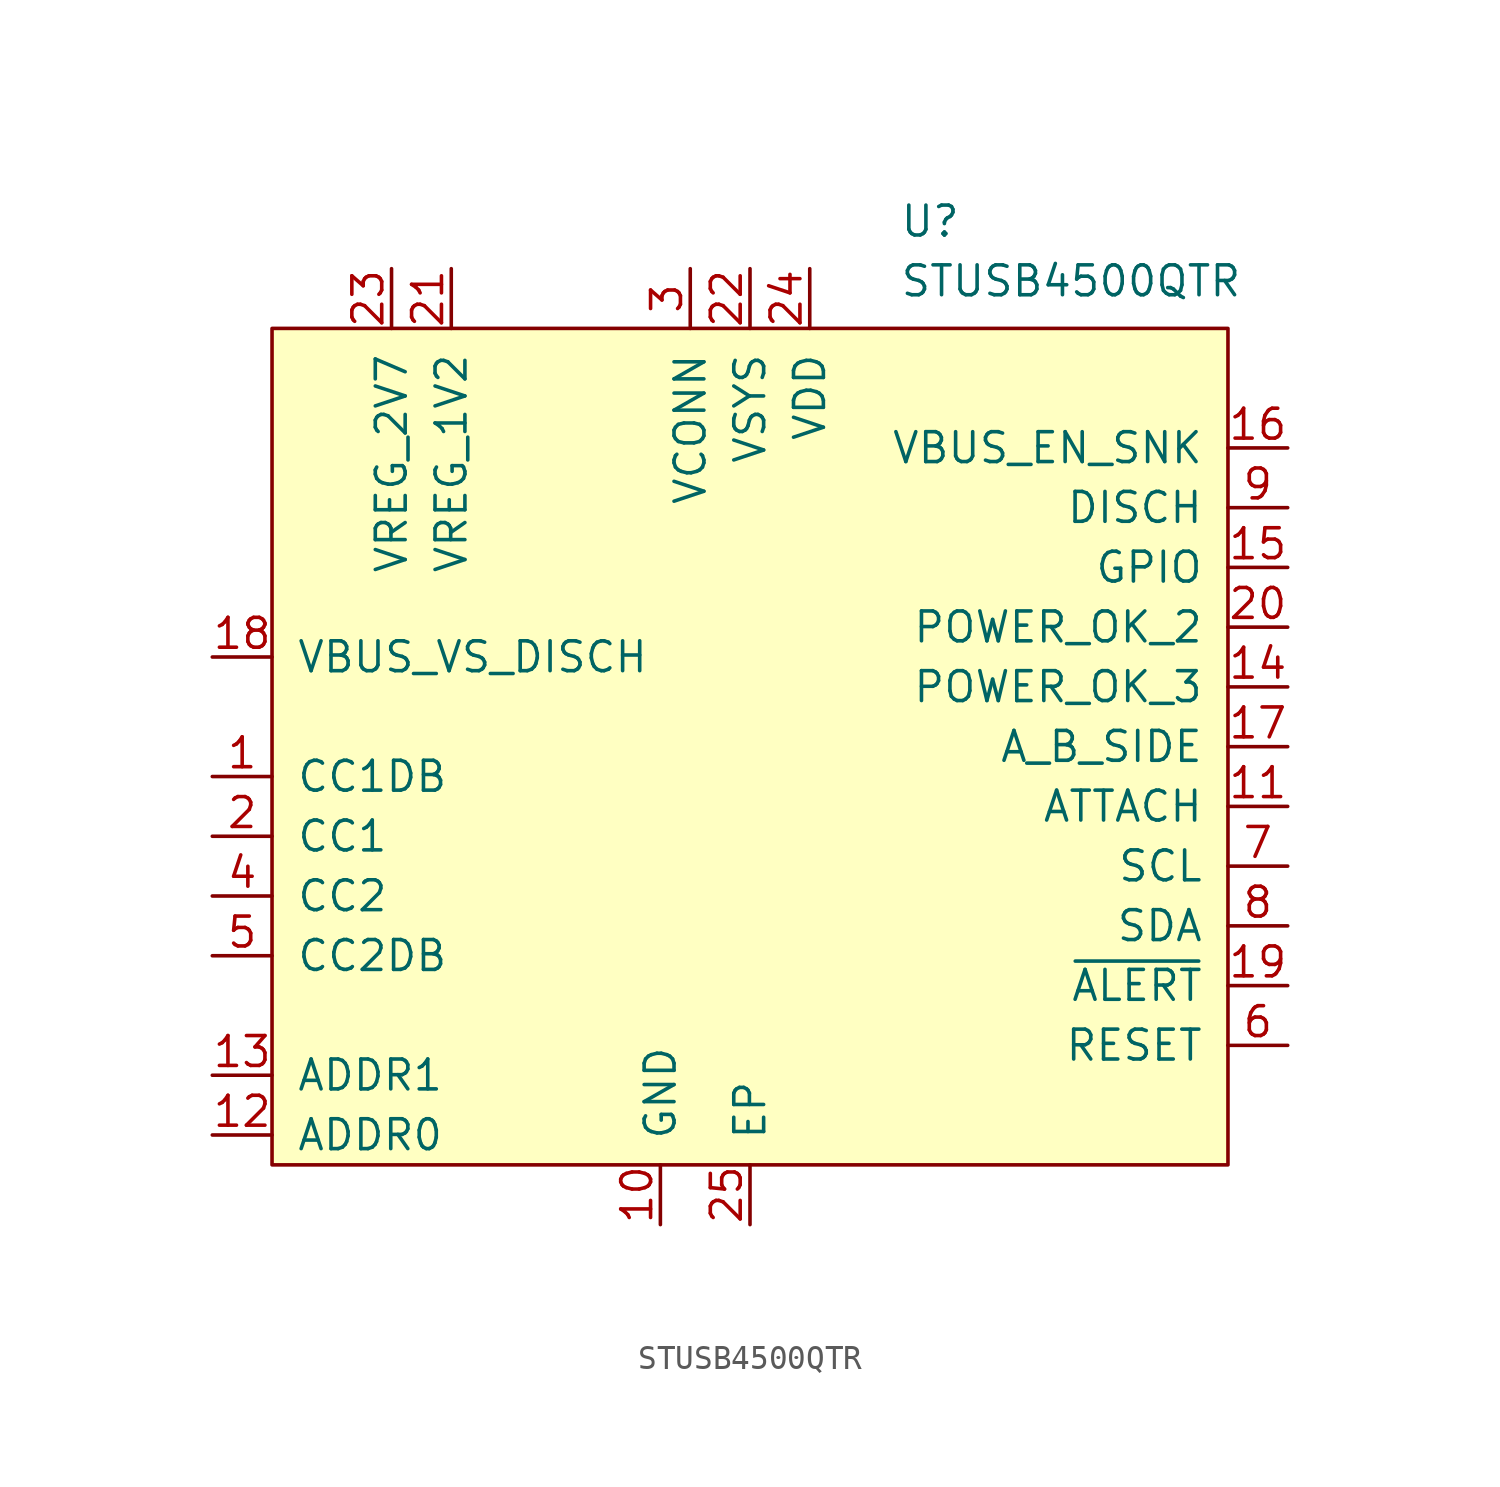
<source format=kicad_sym>
(kicad_symbol_lib
  (version 20220914)
  (generator kicad_symbol_editor)
  (symbol "STUSB4500QTR"
    (pin_names
      (offset 1.016))
    (property "Reference" "U"
      (at 7.62 20.32 0)
      (effects (font (size 1.27 1.27)) (justify left bottom)))
    (property "Value" "STUSB4500QTR"
      (at 7.62 17.78 0)
      (effects (font (size 1.27 1.27)) (justify left bottom)))
    (symbol "STUSB4500QTR_0_1"
      (rectangle (start -19.05 16.51) (end 21.59 -19.05) (stroke (width 0) (type solid)) (fill (type background))))
    (symbol "STUSB4500QTR_1_1"
      (pin bidirectional line (at -21.59 -2.54 0) (length 2.54) (name "CC1DB" (effects (font (size 1.27 1.27)))) (number "1" (effects (font (size 1.27 1.27)))))
      (pin power_in line (at -2.54 -21.59 90) (length 2.54) (name "GND" (effects (font (size 1.27 1.27)))) (number "10" (effects (font (size 1.27 1.27)))))
      (pin passive line (at 24.13 -3.81 180) (length 2.54) (name "ATTACH" (effects (font (size 1.27 1.27)))) (number "11" (effects (font (size 1.27 1.27)))))
      (pin input line (at -21.59 -17.78 0) (length 2.54) (name "ADDR0" (effects (font (size 1.27 1.27)))) (number "12" (effects (font (size 1.27 1.27)))))
      (pin input line (at -21.59 -15.24 0) (length 2.54) (name "ADDR1" (effects (font (size 1.27 1.27)))) (number "13" (effects (font (size 1.27 1.27)))))
      (pin passive line (at 24.13 1.27 180) (length 2.54) (name "POWER_OK_3" (effects (font (size 1.27 1.27)))) (number "14" (effects (font (size 1.27 1.27)))))
      (pin passive line (at 24.13 6.35 180) (length 2.54) (name "GPIO" (effects (font (size 1.27 1.27)))) (number "15" (effects (font (size 1.27 1.27)))))
      (pin passive line (at 24.13 11.43 180) (length 2.54) (name "VBUS_EN_SNK" (effects (font (size 1.27 1.27)))) (number "16" (effects (font (size 1.27 1.27)))))
      (pin passive line (at 24.13 -1.27 180) (length 2.54) (name "A_B_SIDE" (effects (font (size 1.27 1.27)))) (number "17" (effects (font (size 1.27 1.27)))))
      (pin input line (at -21.59 2.54 0) (length 2.54) (name "VBUS_VS_DISCH" (effects (font (size 1.27 1.27)))) (number "18" (effects (font (size 1.27 1.27)))))
      (pin passive line (at 24.13 -11.43 180) (length 2.54) (name "~{ALERT}" (effects (font (size 1.27 1.27)))) (number "19" (effects (font (size 1.27 1.27)))))
      (pin bidirectional line (at -21.59 -5.08 0) (length 2.54) (name "CC1" (effects (font (size 1.27 1.27)))) (number "2" (effects (font (size 1.27 1.27)))))
      (pin passive line (at 24.13 3.81 180) (length 2.54) (name "POWER_OK_2" (effects (font (size 1.27 1.27)))) (number "20" (effects (font (size 1.27 1.27)))))
      (pin power_out line (at -11.43 19.05 270) (length 2.54) (name "VREG_1V2" (effects (font (size 1.27 1.27)))) (number "21" (effects (font (size 1.27 1.27)))))
      (pin power_in line (at 1.27 19.05 270) (length 2.54) (name "VSYS" (effects (font (size 1.27 1.27)))) (number "22" (effects (font (size 1.27 1.27)))))
      (pin power_out line (at -13.97 19.05 270) (length 2.54) (name "VREG_2V7" (effects (font (size 1.27 1.27)))) (number "23" (effects (font (size 1.27 1.27)))))
      (pin power_in line (at 3.81 19.05 270) (length 2.54) (name "VDD" (effects (font (size 1.27 1.27)))) (number "24" (effects (font (size 1.27 1.27)))))
      (pin power_in line (at 1.27 -21.59 90) (length 2.54) (name "EP" (effects (font (size 1.27 1.27)))) (number "25" (effects (font (size 1.27 1.27)))))
      (pin power_in line (at -1.27 19.05 270) (length 2.54) (name "VCONN" (effects (font (size 1.27 1.27)))) (number "3" (effects (font (size 1.27 1.27)))))
      (pin bidirectional line (at -21.59 -7.62 0) (length 2.54) (name "CC2" (effects (font (size 1.27 1.27)))) (number "4" (effects (font (size 1.27 1.27)))))
      (pin bidirectional line (at -21.59 -10.16 0) (length 2.54) (name "CC2DB" (effects (font (size 1.27 1.27)))) (number "5" (effects (font (size 1.27 1.27)))))
      (pin input line (at 24.13 -13.97 180) (length 2.54) (name "RESET" (effects (font (size 1.27 1.27)))) (number "6" (effects (font (size 1.27 1.27)))))
      (pin input line (at 24.13 -6.35 180) (length 2.54) (name "SCL" (effects (font (size 1.27 1.27)))) (number "7" (effects (font (size 1.27 1.27)))))
      (pin input line (at 24.13 -8.89 180) (length 2.54) (name "SDA" (effects (font (size 1.27 1.27)))) (number "8" (effects (font (size 1.27 1.27)))))
      (pin input line (at 24.13 8.89 180) (length 2.54) (name "DISCH" (effects (font (size 1.27 1.27)))) (number "9" (effects (font (size 1.27 1.27))))))))
</source>
